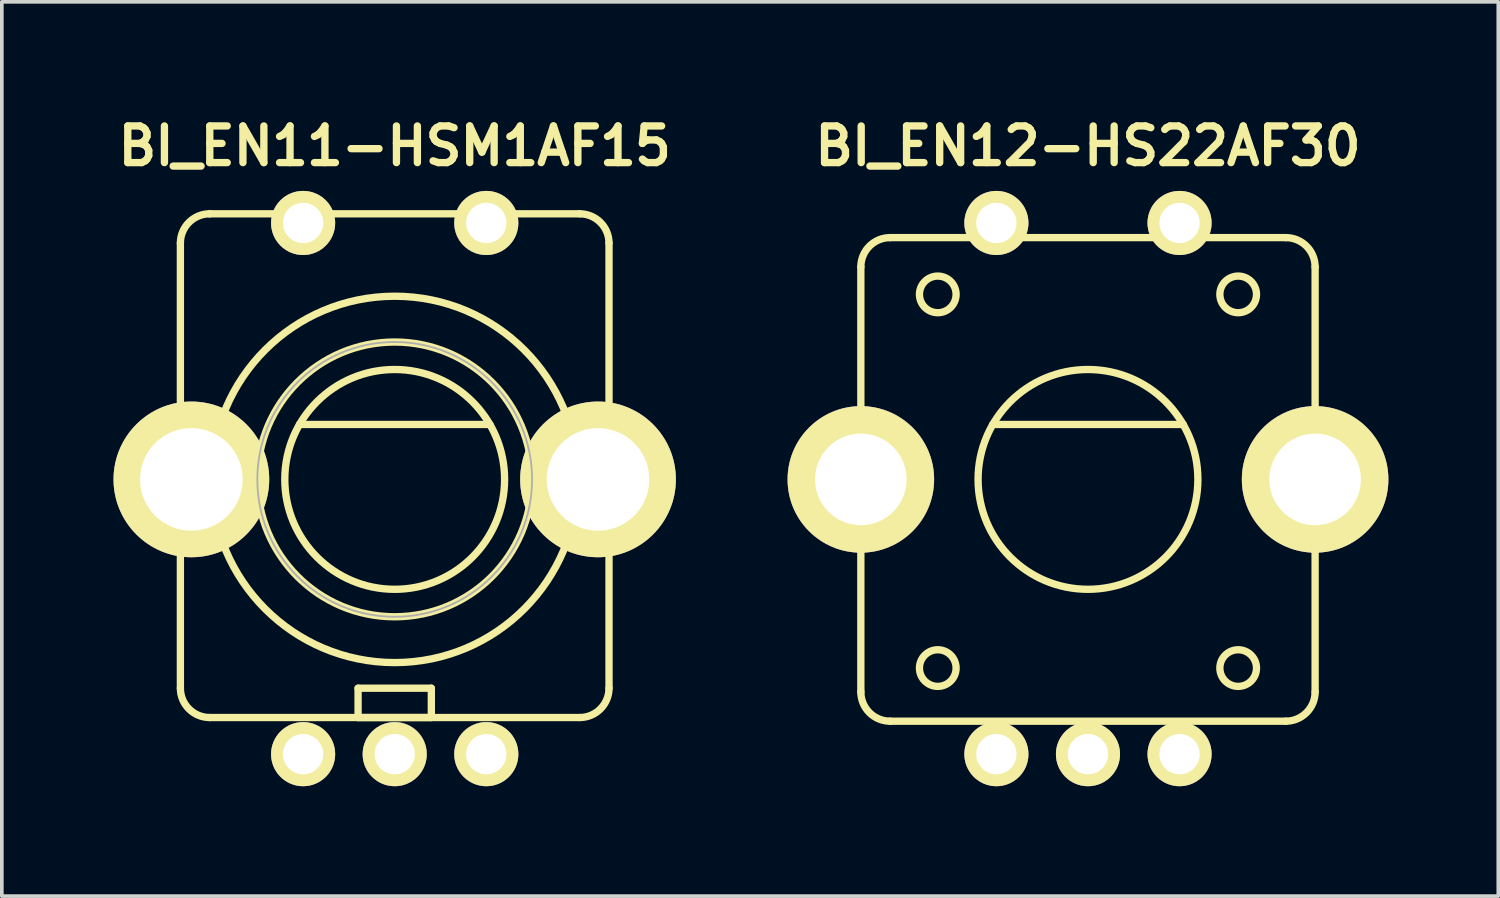
<source format=kicad_pcb>
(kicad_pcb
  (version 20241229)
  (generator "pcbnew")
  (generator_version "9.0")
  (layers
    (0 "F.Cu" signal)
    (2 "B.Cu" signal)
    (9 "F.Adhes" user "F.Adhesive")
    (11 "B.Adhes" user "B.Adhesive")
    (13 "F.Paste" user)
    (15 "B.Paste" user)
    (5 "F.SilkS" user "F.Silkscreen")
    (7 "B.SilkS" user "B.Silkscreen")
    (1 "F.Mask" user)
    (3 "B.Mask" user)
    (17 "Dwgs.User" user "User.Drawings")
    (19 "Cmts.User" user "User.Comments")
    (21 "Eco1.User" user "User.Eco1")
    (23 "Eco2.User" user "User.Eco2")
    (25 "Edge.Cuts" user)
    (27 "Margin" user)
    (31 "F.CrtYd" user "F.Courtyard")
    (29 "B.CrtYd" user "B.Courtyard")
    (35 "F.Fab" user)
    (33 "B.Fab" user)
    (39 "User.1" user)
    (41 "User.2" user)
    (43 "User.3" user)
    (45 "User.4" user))
  (footprint "BI_EN11-HSM1AF15"
    (layer "F.Cu")
    (at 7.724 10.036)
    (property "Reference" "BI_EN11-HSM1AF15" (at 0 -9.1 0) (layer "F.SilkS") (effects (font (size 1 1) (thickness 0.2))))
    (attr through_hole)
    (fp_line (start -5.85 5.7) (end -5.85 -6.45) (stroke (width 0.2) (type solid)) (layer "F.SilkS"))
    (fp_line (start -5.05 -7.25) (end 5.05 -7.25) (stroke (width 0.2) (type solid)) (layer "F.SilkS"))
    (fp_line (start -5.05 6.5) (end 5.05 6.5) (stroke (width 0.2) (type solid)) (layer "F.SilkS"))
    (fp_line (start -2.6 -1.5) (end 2.6 -1.5) (stroke (width 0.2) (type solid)) (layer "F.SilkS"))
    (fp_line (start -1 5.7) (end 1 5.7) (stroke (width 0.2) (type solid)) (layer "F.SilkS"))
    (fp_line (start -1 6.5) (end -1 5.7) (stroke (width 0.2) (type solid)) (layer "F.SilkS"))
    (fp_line (start 1 5.7) (end 1 6.5) (stroke (width 0.2) (type solid)) (layer "F.SilkS"))
    (fp_line (start 1 6.5) (end -1 6.5) (stroke (width 0.2) (type solid)) (layer "F.SilkS"))
    (fp_line (start 5.85 5.7) (end 5.85 -6.45) (stroke (width 0.2) (type solid)) (layer "F.SilkS"))
    (fp_arc (start -5.85 -6.45) (mid -5.615685 -7.015685) (end -5.05 -7.25) (stroke (width 0.2) (type solid)) (layer "F.SilkS"))
    (fp_arc (start -5.05 6.5) (mid -5.615685 6.265685) (end -5.85 5.7) (stroke (width 0.2) (type solid)) (layer "F.SilkS"))
    (fp_arc (start 5.05 -7.25) (mid 5.615685 -7.015685) (end 5.85 -6.45) (stroke (width 0.2) (type solid)) (layer "F.SilkS"))
    (fp_arc (start 5.85 5.7) (mid 5.615685 6.265685) (end 5.05 6.5) (stroke (width 0.2) (type solid)) (layer "F.SilkS"))
    (fp_circle (center 0 0) (end 3 0) (stroke (width 0.2) (type solid)) (fill no) (layer "F.SilkS"))
    (fp_circle (center 0 0) (end 3.75 0) (stroke (width 0.2) (type solid)) (fill no) (layer "F.SilkS"))
    (fp_circle (center 0 0) (end 5 -0.05) (stroke (width 0.2) (type solid)) (fill no) (layer "F.SilkS"))
    (fp_circle (center 0 0) (end 3.75 0) (stroke (width 0.05) (type solid)) (fill no) (layer "F.Fab"))
    (pad "A" thru_hole circle (at -2.5 7.5) (size 1.75 1.75) (drill 1.1) (layers "*.Cu" "*.Mask" "F.SilkS"))
    (pad "B" thru_hole circle (at 2.5 7.5) (size 1.75 1.75) (drill 1.1) (layers "*.Cu" "*.Mask" "F.SilkS"))
    (pad "C" thru_hole circle (at 0 7.5) (size 1.75 1.75) (drill 1.1) (layers "*.Cu" "*.Mask" "F.SilkS"))
    (pad "SW1" thru_hole circle (at -2.5 -7) (size 1.75 1.75) (drill 1.1) (layers "*.Cu" "*.Mask" "F.SilkS"))
    (pad "SW2" thru_hole circle (at 2.5 -7) (size 1.75 1.75) (drill 1.1) (layers "*.Cu" "*.Mask" "F.SilkS"))
    (pad "body" thru_hole oval (at -5.55 0) (size 4.25 4.25) (drill 2.8) (layers "*.Cu" "*.Mask" "F.SilkS"))
    (pad "body" thru_hole oval (at 5.55 0) (size 4.25 4.25) (drill 2.8) (layers "*.Cu" "*.Mask" "F.SilkS")))
  (footprint "BI_EN12-HS22AF30"
    (layer "F.Cu")
    (at 26.648 10.036)
    (property "Reference" "BI_EN12-HS22AF30" (at 0 -9.1 0) (layer "F.SilkS") (effects (font (size 1 1) (thickness 0.2))))
    (attr through_hole)
    (fp_line (start -6.2 5.8) (end -6.2 -5.8) (stroke (width 0.2) (type solid)) (layer "F.SilkS"))
    (fp_line (start -5.4 -6.6) (end 5.4 -6.6) (stroke (width 0.2) (type solid)) (layer "F.SilkS"))
    (fp_line (start -5.4 6.6) (end 5.4 6.6) (stroke (width 0.2) (type solid)) (layer "F.SilkS"))
    (fp_line (start -2.6 -1.5) (end 2.6 -1.5) (stroke (width 0.2) (type solid)) (layer "F.SilkS"))
    (fp_line (start 6.2 -5.8) (end 6.2 5.8) (stroke (width 0.2) (type solid)) (layer "F.SilkS"))
    (fp_arc (start -6.2 -5.8) (mid -5.965685 -6.365685) (end -5.4 -6.6) (stroke (width 0.2) (type solid)) (layer "F.SilkS"))
    (fp_arc (start -5.4 6.6) (mid -5.965685 6.365685) (end -6.2 5.8) (stroke (width 0.2) (type solid)) (layer "F.SilkS"))
    (fp_arc (start 5.4 -6.6) (mid 5.965685 -6.365685) (end 6.2 -5.8) (stroke (width 0.2) (type solid)) (layer "F.SilkS"))
    (fp_arc (start 6.2 5.8) (mid 5.965685 6.365685) (end 5.4 6.6) (stroke (width 0.2) (type solid)) (layer "F.SilkS"))
    (fp_circle (center -4.1 -5.05) (end -3.6 -5.05) (stroke (width 0.2) (type solid)) (fill no) (layer "F.SilkS"))
    (fp_circle (center -4.1 5.15) (end -3.6 5.15) (stroke (width 0.2) (type solid)) (fill no) (layer "F.SilkS"))
    (fp_circle (center 0 0) (end 3 0) (stroke (width 0.2) (type solid)) (fill no) (layer "F.SilkS"))
    (fp_circle (center 4.1 -5.05) (end 4.6 -5.05) (stroke (width 0.2) (type solid)) (fill no) (layer "F.SilkS"))
    (fp_circle (center 4.1 5.15) (end 4.6 5.15) (stroke (width 0.2) (type solid)) (fill no) (layer "F.SilkS"))
    (pad "A" thru_hole circle (at -2.5 7.5) (size 1.75 1.75) (drill 1.1) (layers "*.Cu" "*.Mask" "F.SilkS"))
    (pad "B" thru_hole circle (at 2.5 7.5) (size 1.75 1.75) (drill 1.1) (layers "*.Cu" "*.Mask" "F.SilkS"))
    (pad "C" thru_hole circle (at 0 7.5) (size 1.75 1.75) (drill 1.1) (layers "*.Cu" "*.Mask" "F.SilkS"))
    (pad "SW1" thru_hole circle (at -2.5 -7) (size 1.75 1.75) (drill 1.1) (layers "*.Cu" "*.Mask" "F.SilkS"))
    (pad "SW2" thru_hole circle (at 2.5 -7) (size 1.75 1.75) (drill 1.1) (layers "*.Cu" "*.Mask" "F.SilkS"))
    (pad "body" thru_hole oval (at -6.2 0) (size 4 4) (drill 2.5) (layers "*.Cu" "*.Mask" "F.SilkS"))
    (pad "body" thru_hole oval (at 6.2 0) (size 4 4) (drill 2.5) (layers "*.Cu" "*.Mask" "F.SilkS")))
  (gr_rect
    (start -3 -3)
    (end 37.848 21.411)
    (stroke (width 0.1) (type default))
    (fill no)
    (layer "Edge.Cuts")))
</source>
